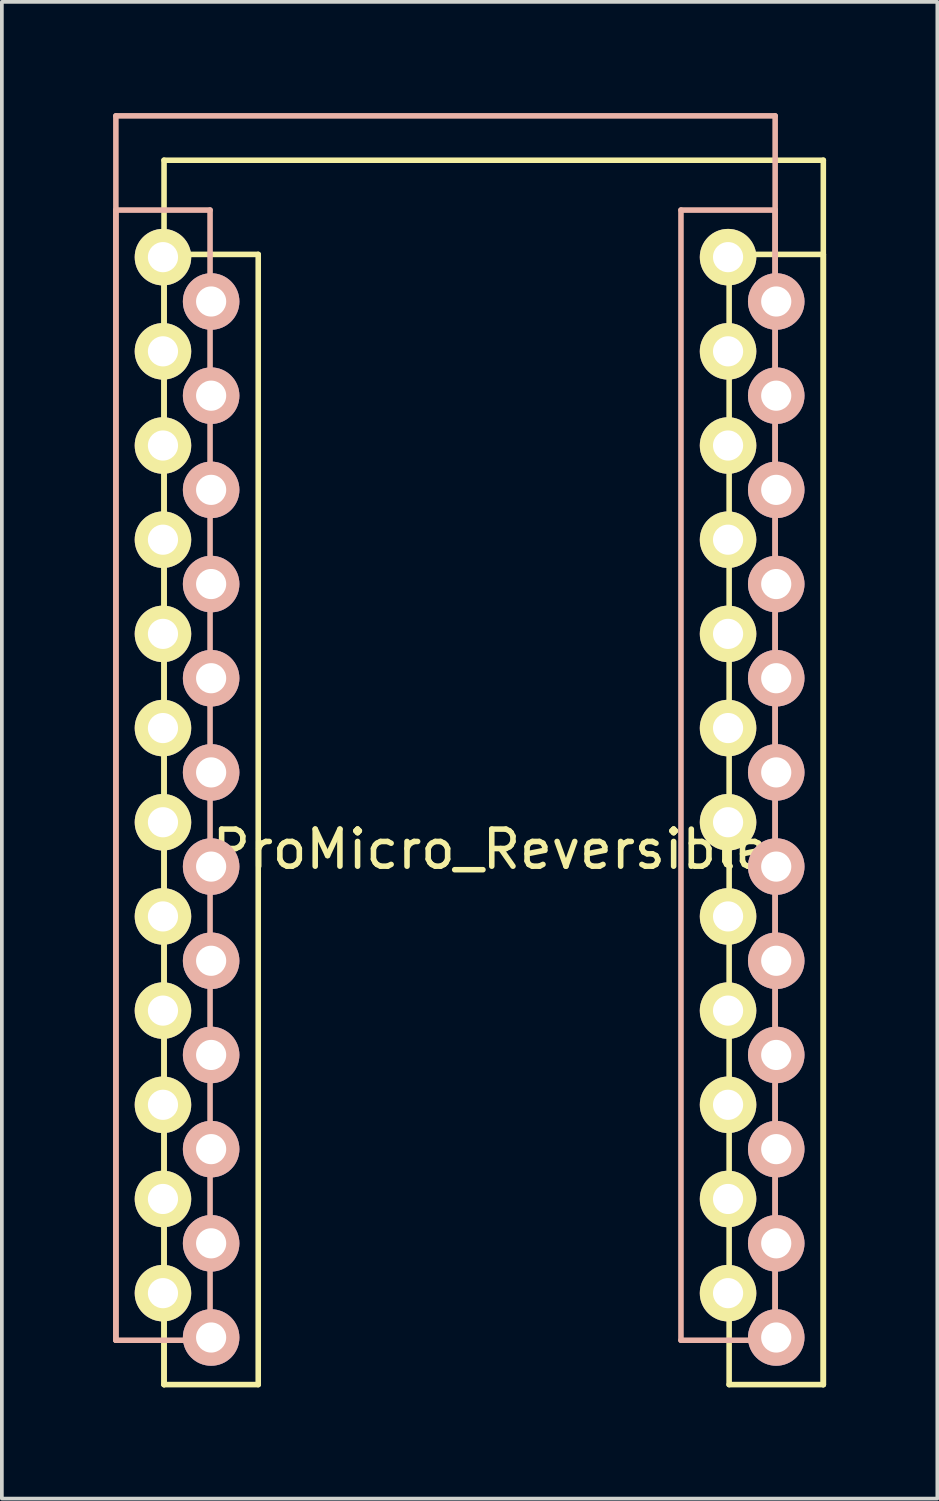
<source format=kicad_pcb>
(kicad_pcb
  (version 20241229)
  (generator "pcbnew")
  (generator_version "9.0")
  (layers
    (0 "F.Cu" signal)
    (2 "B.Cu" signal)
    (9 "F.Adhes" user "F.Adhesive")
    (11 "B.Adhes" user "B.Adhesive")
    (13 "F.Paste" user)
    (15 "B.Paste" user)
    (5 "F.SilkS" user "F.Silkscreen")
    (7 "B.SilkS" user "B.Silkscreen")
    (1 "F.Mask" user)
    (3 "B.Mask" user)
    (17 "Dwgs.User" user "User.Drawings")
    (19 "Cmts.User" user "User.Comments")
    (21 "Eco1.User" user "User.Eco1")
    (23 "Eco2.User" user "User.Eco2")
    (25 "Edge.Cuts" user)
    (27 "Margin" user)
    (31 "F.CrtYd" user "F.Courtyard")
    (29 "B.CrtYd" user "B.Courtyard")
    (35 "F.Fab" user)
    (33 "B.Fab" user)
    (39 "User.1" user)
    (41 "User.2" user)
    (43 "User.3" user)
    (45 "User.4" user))
  (footprint "ProMicro_Reversible"
    (layer "F.Cu")
    (at 10.165 18.655)
    (property "Reference" "ProMicro_Reversible" (at 0 1.2 0) (layer "F.SilkS") (effects (font (size 1 1) (thickness 0.15))))
    (attr through_hole)
    (fp_line (start -8.791 -17.384) (end -8.791 15.636) (stroke (width 0.15) (type solid)) (layer "F.SilkS"))
    (fp_line (start -8.791 -14.844) (end -8.791 15.636) (stroke (width 0.15) (type solid)) (layer "F.SilkS"))
    (fp_line (start -8.791 15.636) (end -6.251 15.636) (stroke (width 0.15) (type solid)) (layer "F.SilkS"))
    (fp_line (start -6.251 -14.844) (end -8.791 -14.844) (stroke (width 0.15) (type solid)) (layer "F.SilkS"))
    (fp_line (start -6.251 15.636) (end -6.251 -14.844) (stroke (width 0.15) (type solid)) (layer "F.SilkS"))
    (fp_line (start 6.449 -14.844) (end 6.449 15.636) (stroke (width 0.15) (type solid)) (layer "F.SilkS"))
    (fp_line (start 6.449 15.636) (end 8.989 15.636) (stroke (width 0.15) (type solid)) (layer "F.SilkS"))
    (fp_line (start 8.989 -17.384) (end -8.791 -17.384) (stroke (width 0.15) (type solid)) (layer "F.SilkS"))
    (fp_line (start 8.989 -14.844) (end 6.449 -14.844) (stroke (width 0.15) (type solid)) (layer "F.SilkS"))
    (fp_line (start 8.989 15.636) (end 8.989 -17.384) (stroke (width 0.15) (type solid)) (layer "F.SilkS"))
    (fp_line (start 8.989 15.636) (end 8.989 -14.844) (stroke (width 0.15) (type solid)) (layer "F.SilkS"))
    (fp_line (start -10.09 -18.58) (end 7.69 -18.58) (stroke (width 0.15) (type solid)) (layer "B.SilkS"))
    (fp_line (start -10.09 -16.04) (end -7.55 -16.04) (stroke (width 0.15) (type solid)) (layer "B.SilkS"))
    (fp_line (start -10.09 14.44) (end -10.09 -18.58) (stroke (width 0.15) (type solid)) (layer "B.SilkS"))
    (fp_line (start -10.09 14.44) (end -10.09 -16.04) (stroke (width 0.15) (type solid)) (layer "B.SilkS"))
    (fp_line (start -7.55 -16.04) (end -7.55 14.44) (stroke (width 0.15) (type solid)) (layer "B.SilkS"))
    (fp_line (start -7.55 14.44) (end -10.09 14.44) (stroke (width 0.15) (type solid)) (layer "B.SilkS"))
    (fp_line (start 5.15 -16.04) (end 7.69 -16.04) (stroke (width 0.15) (type solid)) (layer "B.SilkS"))
    (fp_line (start 5.15 14.44) (end 5.15 -16.04) (stroke (width 0.15) (type solid)) (layer "B.SilkS"))
    (fp_line (start 7.69 -18.58) (end 7.69 14.44) (stroke (width 0.15) (type solid)) (layer "B.SilkS"))
    (fp_line (start 7.69 -16.04) (end 7.69 14.44) (stroke (width 0.15) (type solid)) (layer "B.SilkS"))
    (fp_line (start 7.69 14.44) (end 5.15 14.44) (stroke (width 0.15) (type solid)) (layer "B.SilkS"))
    (pad "1" thru_hole circle (at -8.82 -14.77) (size 1.524 1.524) (drill 0.813) (layers "*.Cu" "*.Mask" "F.SilkS"))
    (pad "1" thru_hole circle (at 7.719 -13.574 180) (size 1.524 1.524) (drill 0.813) (layers "*.Cu" "*.Mask" "B.SilkS"))
    (pad "2" thru_hole circle (at -8.82 -12.23) (size 1.524 1.524) (drill 0.813) (layers "*.Cu" "*.Mask" "F.SilkS"))
    (pad "2" thru_hole circle (at 7.719 -11.034 180) (size 1.524 1.524) (drill 0.813) (layers "*.Cu" "*.Mask" "B.SilkS"))
    (pad "3" thru_hole circle (at -8.82 -9.69) (size 1.524 1.524) (drill 0.813) (layers "*.Cu" "*.Mask" "F.SilkS"))
    (pad "3" thru_hole circle (at 7.719 -8.494 180) (size 1.524 1.524) (drill 0.813) (layers "*.Cu" "*.Mask" "B.SilkS"))
    (pad "4" thru_hole circle (at -8.82 -7.15) (size 1.524 1.524) (drill 0.813) (layers "*.Cu" "*.Mask" "F.SilkS"))
    (pad "4" thru_hole circle (at 7.719 -5.954 180) (size 1.524 1.524) (drill 0.813) (layers "*.Cu" "*.Mask" "B.SilkS"))
    (pad "5" thru_hole circle (at -8.82 -4.61) (size 1.524 1.524) (drill 0.813) (layers "*.Cu" "*.Mask" "F.SilkS"))
    (pad "5" thru_hole circle (at 7.719 -3.414 180) (size 1.524 1.524) (drill 0.813) (layers "*.Cu" "*.Mask" "B.SilkS"))
    (pad "6" thru_hole circle (at -8.82 -2.07) (size 1.524 1.524) (drill 0.813) (layers "*.Cu" "*.Mask" "F.SilkS"))
    (pad "6" thru_hole circle (at 7.719 -0.874 180) (size 1.524 1.524) (drill 0.813) (layers "*.Cu" "*.Mask" "B.SilkS"))
    (pad "7" thru_hole circle (at -8.82 0.47) (size 1.524 1.524) (drill 0.813) (layers "*.Cu" "*.Mask" "F.SilkS"))
    (pad "7" thru_hole circle (at 7.719 1.666 180) (size 1.524 1.524) (drill 0.813) (layers "*.Cu" "*.Mask" "B.SilkS"))
    (pad "8" thru_hole circle (at -8.82 3.01) (size 1.524 1.524) (drill 0.813) (layers "*.Cu" "*.Mask" "F.SilkS"))
    (pad "8" thru_hole circle (at 7.719 4.206 180) (size 1.524 1.524) (drill 0.813) (layers "*.Cu" "*.Mask" "B.SilkS"))
    (pad "9" thru_hole circle (at -8.82 5.55) (size 1.524 1.524) (drill 0.813) (layers "*.Cu" "*.Mask" "F.SilkS"))
    (pad "9" thru_hole circle (at 7.719 6.746 180) (size 1.524 1.524) (drill 0.813) (layers "*.Cu" "*.Mask" "B.SilkS"))
    (pad "10" thru_hole circle (at -8.82 8.09) (size 1.524 1.524) (drill 0.813) (layers "*.Cu" "*.Mask" "F.SilkS"))
    (pad "10" thru_hole circle (at 7.719 9.286 180) (size 1.524 1.524) (drill 0.813) (layers "*.Cu" "*.Mask" "B.SilkS"))
    (pad "11" thru_hole circle (at -8.82 10.63) (size 1.524 1.524) (drill 0.813) (layers "*.Cu" "*.Mask" "F.SilkS"))
    (pad "11" thru_hole circle (at 7.719 11.826 180) (size 1.524 1.524) (drill 0.813) (layers "*.Cu" "*.Mask" "B.SilkS"))
    (pad "12" thru_hole circle (at -8.82 13.17) (size 1.524 1.524) (drill 0.813) (layers "*.Cu" "*.Mask" "F.SilkS"))
    (pad "12" thru_hole circle (at 7.719 14.366 180) (size 1.524 1.524) (drill 0.813) (layers "*.Cu" "*.Mask" "B.SilkS"))
    (pad "13" thru_hole circle (at -7.521 14.366 180) (size 1.524 1.524) (drill 0.813) (layers "*.Cu" "*.Mask" "B.SilkS"))
    (pad "13" thru_hole circle (at 6.42 13.17) (size 1.524 1.524) (drill 0.813) (layers "*.Cu" "*.Mask" "F.SilkS"))
    (pad "14" thru_hole circle (at -7.521 11.826 180) (size 1.524 1.524) (drill 0.813) (layers "*.Cu" "*.Mask" "B.SilkS"))
    (pad "14" thru_hole circle (at 6.42 10.63) (size 1.524 1.524) (drill 0.813) (layers "*.Cu" "*.Mask" "F.SilkS"))
    (pad "15" thru_hole circle (at -7.521 9.286 180) (size 1.524 1.524) (drill 0.813) (layers "*.Cu" "*.Mask" "B.SilkS"))
    (pad "15" thru_hole circle (at 6.42 8.09) (size 1.524 1.524) (drill 0.813) (layers "*.Cu" "*.Mask" "F.SilkS"))
    (pad "16" thru_hole circle (at -7.521 6.746 180) (size 1.524 1.524) (drill 0.813) (layers "*.Cu" "*.Mask" "B.SilkS"))
    (pad "16" thru_hole circle (at 6.42 5.55) (size 1.524 1.524) (drill 0.813) (layers "*.Cu" "*.Mask" "F.SilkS"))
    (pad "17" thru_hole circle (at -7.521 4.206 180) (size 1.524 1.524) (drill 0.813) (layers "*.Cu" "*.Mask" "B.SilkS"))
    (pad "17" thru_hole circle (at 6.42 3.01) (size 1.524 1.524) (drill 0.813) (layers "*.Cu" "*.Mask" "F.SilkS"))
    (pad "18" thru_hole circle (at -7.521 1.666 180) (size 1.524 1.524) (drill 0.813) (layers "*.Cu" "*.Mask" "B.SilkS"))
    (pad "18" thru_hole circle (at 6.42 0.47) (size 1.524 1.524) (drill 0.813) (layers "*.Cu" "*.Mask" "F.SilkS"))
    (pad "19" thru_hole circle (at -7.521 -0.874 180) (size 1.524 1.524) (drill 0.813) (layers "*.Cu" "*.Mask" "B.SilkS"))
    (pad "19" thru_hole circle (at 6.42 -2.07) (size 1.524 1.524) (drill 0.813) (layers "*.Cu" "*.Mask" "F.SilkS"))
    (pad "20" thru_hole circle (at -7.521 -3.414 180) (size 1.524 1.524) (drill 0.813) (layers "*.Cu" "*.Mask" "B.SilkS"))
    (pad "20" thru_hole circle (at 6.42 -4.61) (size 1.524 1.524) (drill 0.813) (layers "*.Cu" "*.Mask" "F.SilkS"))
    (pad "21" thru_hole circle (at -7.521 -5.954 180) (size 1.524 1.524) (drill 0.813) (layers "*.Cu" "*.Mask" "B.SilkS"))
    (pad "21" thru_hole circle (at 6.42 -7.15) (size 1.524 1.524) (drill 0.813) (layers "*.Cu" "*.Mask" "F.SilkS"))
    (pad "22" thru_hole circle (at -7.521 -8.494 180) (size 1.524 1.524) (drill 0.813) (layers "*.Cu" "*.Mask" "B.SilkS"))
    (pad "22" thru_hole circle (at 6.42 -9.69) (size 1.524 1.524) (drill 0.813) (layers "*.Cu" "*.Mask" "F.SilkS"))
    (pad "23" thru_hole circle (at -7.521 -11.034 180) (size 1.524 1.524) (drill 0.813) (layers "*.Cu" "*.Mask" "B.SilkS"))
    (pad "23" thru_hole circle (at 6.42 -12.23) (size 1.524 1.524) (drill 0.813) (layers "*.Cu" "*.Mask" "F.SilkS"))
    (pad "24" thru_hole circle (at -7.521 -13.574 180) (size 1.524 1.524) (drill 0.813) (layers "*.Cu" "*.Mask" "B.SilkS"))
    (pad "24" thru_hole circle (at 6.42 -14.77) (size 1.524 1.524) (drill 0.813) (layers "*.Cu" "*.Mask" "F.SilkS")))
  (gr_rect
    (start -3 -3)
    (end 22.229 37.366)
    (stroke (width 0.1) (type default))
    (fill no)
    (layer "Edge.Cuts")))
</source>
